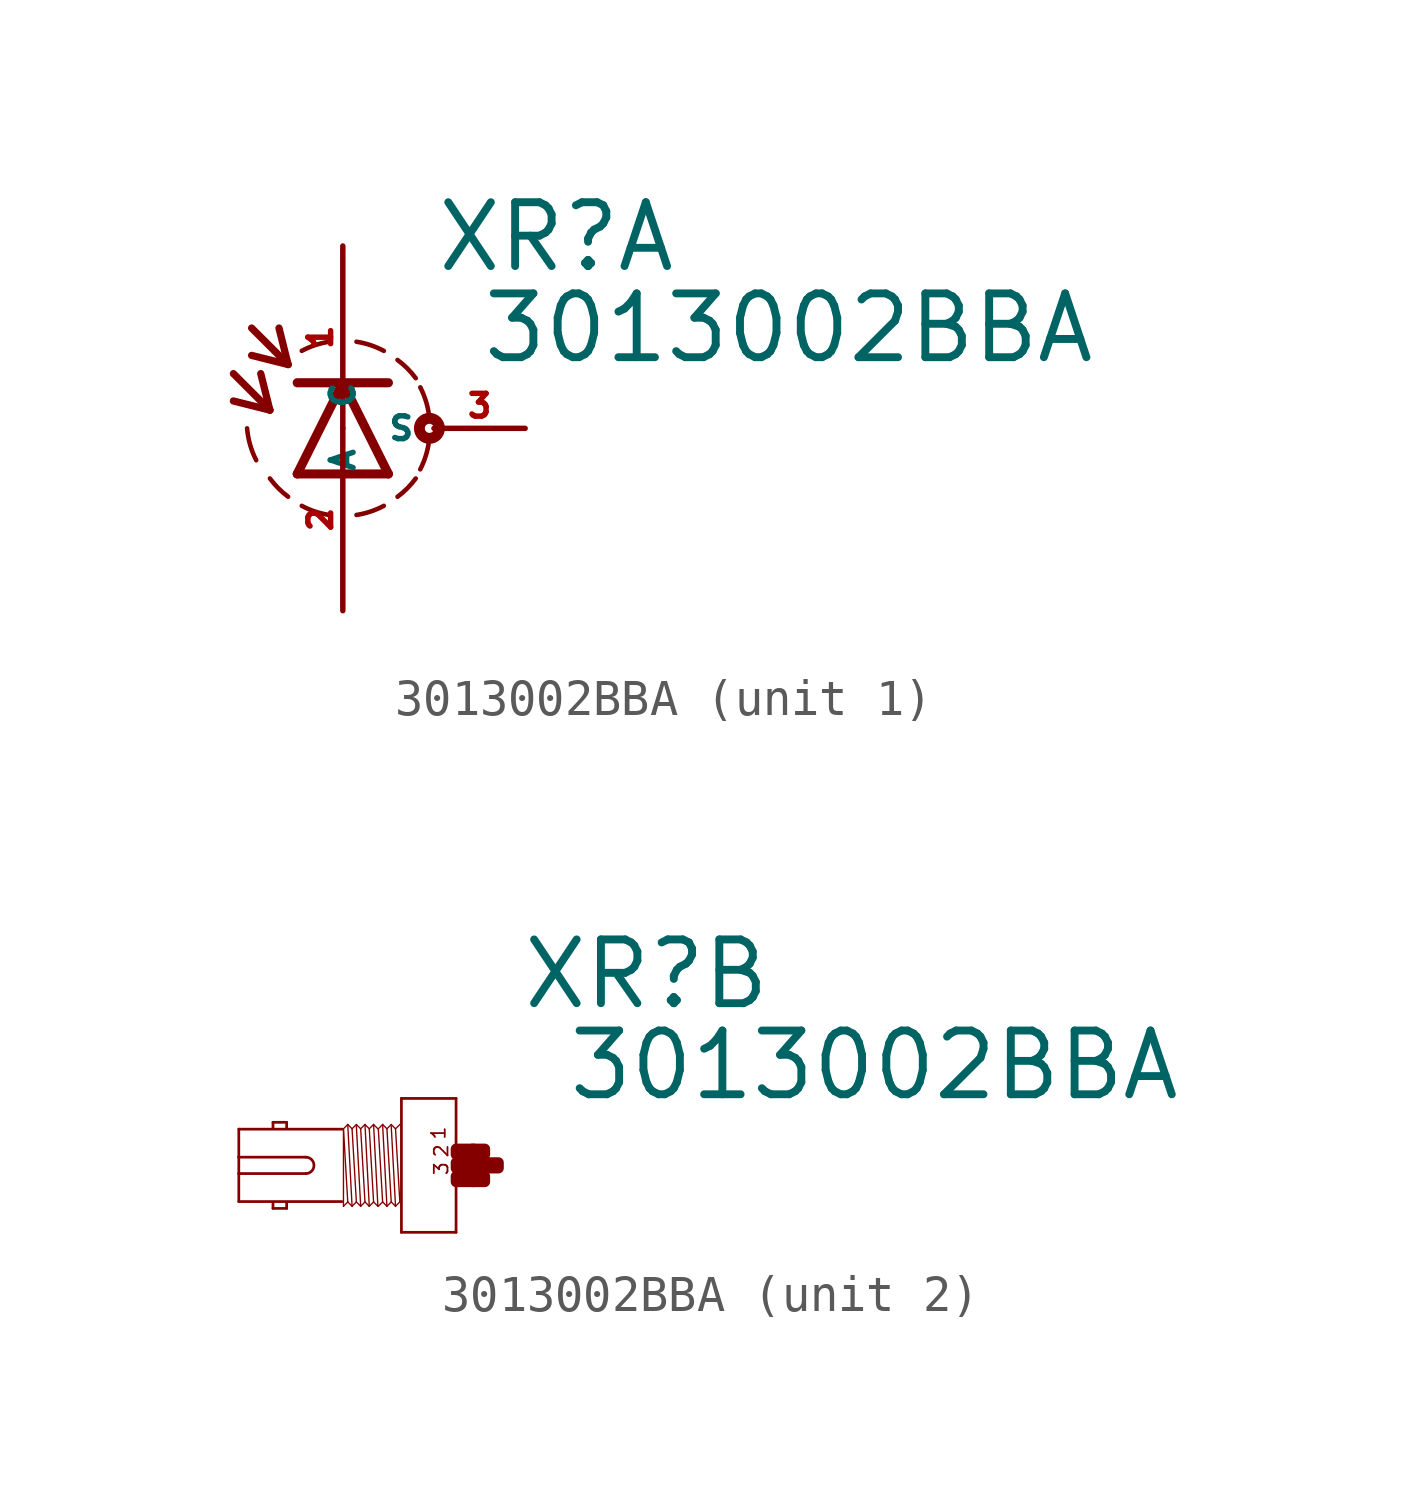
<source format=kicad_sym>
(kicad_symbol_lib
  (version 20220914)
  (generator Eagle2Kicad)
  (symbol "3013002BBA"
    (property "Reference" "XR"
      (at 2.54 4.293 0)
      (effects (font (size 1.778 1.778) (thickness 0.22)) (justify left bottom)))
    (property "Value" "3013002BBA"
      (at 3.81 1.753 0)
      (effects (font (size 1.778 1.778) (thickness 0.22)) (justify left bottom)))
    (symbol "3013002BBA_1_0"
      (arc (start 0.381 -2.413) (mid 0.773 -2.318) (end 1.143 -2.159) (stroke (width 0.127) (type default)) (fill (type none)))
      (arc (start 2.159 -1.143) (mid 2.329 -0.711) (end 2.413 -0.254) (stroke (width 0.127) (type default)) (fill (type none)))
      (arc (start 2.413 0.254) (mid 2.329 0.711) (end 2.159 1.143) (stroke (width 0.127) (type default)) (fill (type none)))
      (arc (start 2.032 1.397) (mid 1.797 1.670) (end 1.524 1.905) (stroke (width 0.127) (type default)) (fill (type none)))
      (arc (start 1.143 2.159) (mid 0.773 2.318) (end 0.381 2.413) (stroke (width 0.127) (type default)) (fill (type none)))
      (arc (start 1.524 -1.905) (mid 1.797 -1.670) (end 2.032 -1.397) (stroke (width 0.127) (type default)) (fill (type none)))
      (arc (start -0.381 2.413) (mid -0.773 2.318) (end -1.143 2.159) (stroke (width 0.127) (type default)) (fill (type none)))
      (polyline (pts (xy 1.27 -1.27) (xy 0 1.27)) (stroke (width 0.254) (type default)) (fill (type none)))
      (polyline (pts (xy 0 1.27) (xy -1.27 -1.27)) (stroke (width 0.254) (type default)) (fill (type none)))
      (polyline (pts (xy -1.27 1.27) (xy 0 1.27)) (stroke (width 0.254) (type default)) (fill (type none)))
      (polyline (pts (xy -1.27 -1.27) (xy 1.27 -1.27)) (stroke (width 0.254) (type default)) (fill (type none)))
      (polyline (pts (xy 0 1.27) (xy 1.27 1.27)) (stroke (width 0.254) (type default)) (fill (type none)))
      (polyline (pts (xy -3.048 1.524) (xy -2.032 0.508)) (stroke (width 0.203) (type default)) (fill (type none)))
      (polyline (pts (xy -2.032 0.508) (xy -2.286 1.524)) (stroke (width 0.203) (type default)) (fill (type none)))
      (polyline (pts (xy -2.032 0.508) (xy -3.048 0.762)) (stroke (width 0.203) (type default)) (fill (type none)))
      (polyline (pts (xy -2.54 2.794) (xy -1.524 1.778)) (stroke (width 0.203) (type default)) (fill (type none)))
      (polyline (pts (xy -1.524 1.778) (xy -1.778 2.794)) (stroke (width 0.203) (type default)) (fill (type none)))
      (polyline (pts (xy -1.524 1.778) (xy -2.54 2.032)) (stroke (width 0.203) (type default)) (fill (type none)))
      (arc (start -2.667 0) (mid -2.583 -0.457) (end -2.413 -0.889) (stroke (width 0.127) (type default)) (fill (type none)))
      (arc (start -2.032 -1.397) (mid -1.797 -1.670) (end -1.524 -1.905) (stroke (width 0.127) (type default)) (fill (type none)))
      (arc (start -1.143 -2.159) (mid -0.773 -2.318) (end -0.381 -2.413) (stroke (width 0.127) (type default)) (fill (type none)))
      (circle (center 2.413 0) (radius 0.127) (stroke (width 0.305) (type default)) (fill (type none)))
      (pin passive line (at 0 5.08 270) (length 5.08) (name "A" (effects (font (size 0.635 0.635) (thickness 0.08)) (justify left bottom))) (number "1" (effects (font (size 0.635 0.635) (thickness 0.08)) (justify left bottom))))
      (pin passive line (at 0 -5.08 90) (length 5.08) (name "C" (effects (font (size 0.635 0.635) (thickness 0.08)) (justify left bottom))) (number "2" (effects (font (size 0.635 0.635) (thickness 0.08)) (justify left bottom))))
      (pin passive line (at 5.08 0 180) (length 2.54) (name "S" (effects (font (size 0.635 0.635) (thickness 0.08)) (justify left bottom))) (number "3" (effects (font (size 0.635 0.635) (thickness 0.08)) (justify left bottom)))))
    (symbol "3013002BBA_2_0"
      (polyline (pts (xy 0.762 1.867) (xy 0.762 -1.867)) (stroke (width 0.076) (type default)) (fill (type none)))
      (polyline (pts (xy 0.762 -1.867) (xy -0.762 -1.867)) (stroke (width 0.076) (type default)) (fill (type none)))
      (polyline (pts (xy -0.762 -1.867) (xy -0.762 1.867)) (stroke (width 0.076) (type default)) (fill (type none)))
      (polyline (pts (xy -0.762 1.867) (xy 0.762 1.867)) (stroke (width 0.076) (type default)) (fill (type none)))
      (polyline (pts (xy -2.419 1.01) (xy -5.296 1.01)) (stroke (width 0.076) (type default)) (fill (type none)))
      (polyline (pts (xy -5.296 1.01) (xy -5.296 0.229)) (stroke (width 0.076) (type default)) (fill (type none)))
      (polyline (pts (xy -5.296 0.229) (xy -5.296 -0.229)) (stroke (width 0.076) (type default)) (fill (type none)))
      (polyline (pts (xy -5.296 -0.229) (xy -5.296 -1.01)) (stroke (width 0.076) (type default)) (fill (type none)))
      (polyline (pts (xy -5.296 -1.01) (xy -2.419 -1.01)) (stroke (width 0.076) (type default)) (fill (type none)))
      (polyline (pts (xy -3.962 -1.029) (xy -3.962 -1.2)) (stroke (width 0.076) (type default)) (fill (type none)))
      (polyline (pts (xy -3.962 -1.2) (xy -4.343 -1.2)) (stroke (width 0.076) (type default)) (fill (type none)))
      (polyline (pts (xy -4.343 -1.2) (xy -4.343 -1.029)) (stroke (width 0.076) (type default)) (fill (type none)))
      (polyline (pts (xy -4.343 1.029) (xy -4.343 1.2)) (stroke (width 0.076) (type default)) (fill (type none)))
      (polyline (pts (xy -4.343 1.2) (xy -3.962 1.2)) (stroke (width 0.076) (type default)) (fill (type none)))
      (polyline (pts (xy -3.962 1.2) (xy -3.962 1.029)) (stroke (width 0.076) (type default)) (fill (type none)))
      (polyline (pts (xy -2.258 1.14) (xy -2.138 -1.14)) (stroke (width 0.038) (type default)) (fill (type none)))
      (polyline (pts (xy -2.018 1.099) (xy -1.898 -1.14)) (stroke (width 0.038) (type default)) (fill (type none)))
      (polyline (pts (xy -1.898 1.02) (xy -1.778 -1.02)) (stroke (width 0.038) (type default)) (fill (type none)))
      (polyline (pts (xy -1.778 1.14) (xy -1.658 -1.14)) (stroke (width 0.038) (type default)) (fill (type none)))
      (polyline (pts (xy -1.538 1.14) (xy -1.418 -1.14)) (stroke (width 0.038) (type default)) (fill (type none)))
      (polyline (pts (xy -2.378 -1.14) (xy -2.378 0.999)) (stroke (width 0.038) (type default)) (fill (type none)))
      (polyline (pts (xy -2.378 -1.14) (xy -2.258 -1.02)) (stroke (width 0.038) (type default)) (fill (type none)))
      (polyline (pts (xy -2.258 -1.02) (xy -2.138 -1.14)) (stroke (width 0.038) (type default)) (fill (type none)))
      (polyline (pts (xy -2.138 -1.14) (xy -2.018 -1.02)) (stroke (width 0.038) (type default)) (fill (type none)))
      (polyline (pts (xy -2.018 -1.02) (xy -1.898 -1.14)) (stroke (width 0.038) (type default)) (fill (type none)))
      (polyline (pts (xy -1.898 -1.14) (xy -1.778 -1.02)) (stroke (width 0.038) (type default)) (fill (type none)))
      (polyline (pts (xy -1.778 -1.02) (xy -1.658 -1.14)) (stroke (width 0.038) (type default)) (fill (type none)))
      (polyline (pts (xy -1.658 -1.14) (xy -1.538 -1.02)) (stroke (width 0.038) (type default)) (fill (type none)))
      (polyline (pts (xy -1.538 -1.02) (xy -1.418 -1.14)) (stroke (width 0.038) (type default)) (fill (type none)))
      (polyline (pts (xy -2.378 1.02) (xy -2.258 1.14)) (stroke (width 0.038) (type default)) (fill (type none)))
      (polyline (pts (xy -2.258 1.14) (xy -2.138 1.02)) (stroke (width 0.038) (type default)) (fill (type none)))
      (polyline (pts (xy -2.138 1.02) (xy -2.018 1.14)) (stroke (width 0.038) (type default)) (fill (type none)))
      (polyline (pts (xy -2.018 1.14) (xy -1.898 1.02)) (stroke (width 0.038) (type default)) (fill (type none)))
      (polyline (pts (xy -1.898 1.02) (xy -1.778 1.14)) (stroke (width 0.038) (type default)) (fill (type none)))
      (polyline (pts (xy -1.778 1.14) (xy -1.658 1.02)) (stroke (width 0.038) (type default)) (fill (type none)))
      (polyline (pts (xy -1.658 1.02) (xy -1.538 1.14)) (stroke (width 0.038) (type default)) (fill (type none)))
      (polyline (pts (xy -1.538 1.14) (xy -1.418 1.02)) (stroke (width 0.038) (type default)) (fill (type none)))
      (polyline (pts (xy -2.138 1.02) (xy -2.018 -1.02)) (stroke (width 0.038) (type default)) (fill (type none)))
      (polyline (pts (xy -1.658 1.02) (xy -1.538 -1.02)) (stroke (width 0.038) (type default)) (fill (type none)))
      (polyline (pts (xy -2.378 1.02) (xy -2.258 -1.02)) (stroke (width 0.038) (type default)) (fill (type none)))
      (polyline (pts (xy -1.286 1.14) (xy -1.166 -1.14)) (stroke (width 0.038) (type default)) (fill (type none)))
      (polyline (pts (xy -1.046 1.099) (xy -0.926 -1.14)) (stroke (width 0.038) (type default)) (fill (type none)))
      (polyline (pts (xy -0.926 1.02) (xy -0.806 -1.02)) (stroke (width 0.038) (type default)) (fill (type none)))
      (polyline (pts (xy -1.406 -1.14) (xy -1.286 -1.02)) (stroke (width 0.038) (type default)) (fill (type none)))
      (polyline (pts (xy -1.286 -1.02) (xy -1.166 -1.14)) (stroke (width 0.038) (type default)) (fill (type none)))
      (polyline (pts (xy -1.166 -1.14) (xy -1.046 -1.02)) (stroke (width 0.038) (type default)) (fill (type none)))
      (polyline (pts (xy -1.046 -1.02) (xy -0.926 -1.14)) (stroke (width 0.038) (type default)) (fill (type none)))
      (polyline (pts (xy -0.926 -1.14) (xy -0.806 -1.02)) (stroke (width 0.038) (type default)) (fill (type none)))
      (polyline (pts (xy -1.406 1.02) (xy -1.286 1.14)) (stroke (width 0.038) (type default)) (fill (type none)))
      (polyline (pts (xy -1.286 1.14) (xy -1.166 1.02)) (stroke (width 0.038) (type default)) (fill (type none)))
      (polyline (pts (xy -1.166 1.02) (xy -1.046 1.14)) (stroke (width 0.038) (type default)) (fill (type none)))
      (polyline (pts (xy -1.046 1.14) (xy -0.926 1.02)) (stroke (width 0.038) (type default)) (fill (type none)))
      (polyline (pts (xy -0.926 1.02) (xy -0.806 1.14)) (stroke (width 0.038) (type default)) (fill (type none)))
      (polyline (pts (xy -1.166 1.02) (xy -1.046 -1.02)) (stroke (width 0.038) (type default)) (fill (type none)))
      (polyline (pts (xy -1.406 1.02) (xy -1.286 -1.02)) (stroke (width 0.038) (type default)) (fill (type none)))
      (polyline (pts (xy -5.296 -0.229) (xy -3.429 -0.229)) (stroke (width 0.076) (type default)) (fill (type none)))
      (polyline (pts (xy -3.429 0.229) (xy -5.296 0.229)) (stroke (width 0.076) (type default)) (fill (type none)))
      (arc (start -3.429 -0.2286) (mid -3.200 0.000) (end -3.429 0.2286) (stroke (width 0.0762) (type default)) (fill (type none)))
      (text "1" (at 0.495 0.686 1800) (effects (font (size 0.381 0.381) (thickness 0.05)) (justify left bottom)))
      (text "3" (at 0.572 -0.305 1800) (effects (font (size 0.381 0.381) (thickness 0.05)) (justify left bottom)))
      (text "2" (at 0.572 0.191 1800) (effects (font (size 0.381 0.381) (thickness 0.05)) (justify left bottom)))
      (rectangle (start 0.762 -0.457) (end 1.257 -0.305) (stroke (width 0.3) (type default)) (fill (type outline)))
      (rectangle (start 0.762 -0.076) (end 1.638 0.076) (stroke (width 0.3) (type default)) (fill (type outline)))
      (rectangle (start 1.219 -0.457) (end 1.562 -0.305) (stroke (width 0.3) (type default)) (fill (type outline)))
      (rectangle (start 1.6 -0.076) (end 1.943 0.076) (stroke (width 0.3) (type default)) (fill (type outline)))
      (rectangle (start 1.219 0.305) (end 1.562 0.457) (stroke (width 0.3) (type default)) (fill (type outline)))
      (rectangle (start 0.762 0.305) (end 1.257 0.457) (stroke (width 0.3) (type default)) (fill (type outline))))))
</source>
